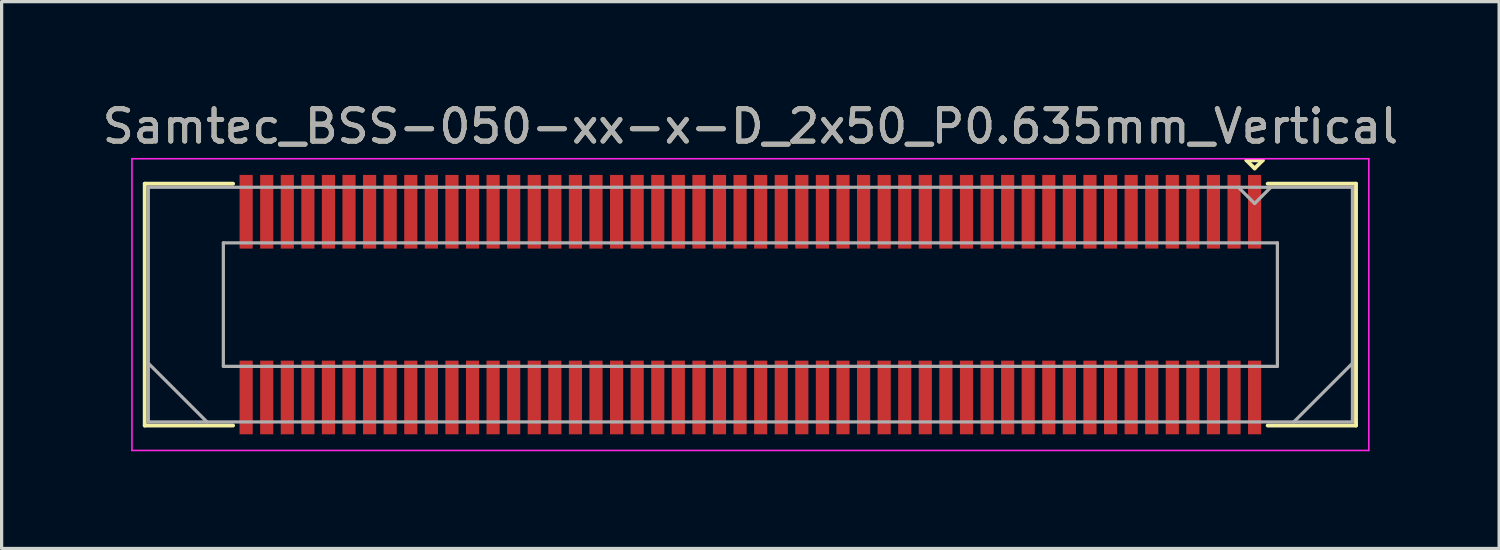
<source format=kicad_pcb>
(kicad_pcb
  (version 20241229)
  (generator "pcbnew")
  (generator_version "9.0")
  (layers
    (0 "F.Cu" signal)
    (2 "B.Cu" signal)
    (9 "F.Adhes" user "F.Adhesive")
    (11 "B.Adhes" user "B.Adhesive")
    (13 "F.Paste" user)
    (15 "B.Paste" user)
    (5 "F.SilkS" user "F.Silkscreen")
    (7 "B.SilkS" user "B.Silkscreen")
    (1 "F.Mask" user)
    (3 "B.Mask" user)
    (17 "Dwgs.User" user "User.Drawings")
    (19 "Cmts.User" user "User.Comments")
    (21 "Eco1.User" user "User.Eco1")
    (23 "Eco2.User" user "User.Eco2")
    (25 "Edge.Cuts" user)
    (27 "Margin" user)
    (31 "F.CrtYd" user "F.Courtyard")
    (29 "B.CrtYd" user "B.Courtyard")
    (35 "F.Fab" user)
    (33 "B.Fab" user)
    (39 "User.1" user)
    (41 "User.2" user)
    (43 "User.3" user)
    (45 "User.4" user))
  (footprint "Samtec_BSS-050-xx-x-D_2x50_P0.635mm_Vertical"
    (layer "F.Cu")
    (at 20.101 6.348)
    (property "Reference" "Samtec_BSS-050-xx-x-D_2x50_P0.635mm_Vertical" (at 0 -5.5 0) (layer "F.SilkS") (effects (font (size 1 1) (thickness 0.15))))
    (attr smd)
    (fp_line (start -18.685 -3.73) (end -15.96 -3.73) (stroke (width 0.12) (type solid)) (layer "F.SilkS"))
    (fp_line (start -18.685 3.73) (end -18.685 -3.73) (stroke (width 0.12) (type solid)) (layer "F.SilkS"))
    (fp_line (start -15.96 3.73) (end -18.685 3.73) (stroke (width 0.12) (type solid)) (layer "F.SilkS"))
    (fp_line (start 15.307 -4.452) (end 15.807 -4.452) (stroke (width 0.12) (type solid)) (layer "F.SilkS"))
    (fp_line (start 15.557 -4.202) (end 15.307 -4.452) (stroke (width 0.12) (type solid)) (layer "F.SilkS"))
    (fp_line (start 15.807 -4.452) (end 15.557 -4.202) (stroke (width 0.12) (type solid)) (layer "F.SilkS"))
    (fp_line (start 15.96 3.73) (end 18.685 3.73) (stroke (width 0.12) (type solid)) (layer "F.SilkS"))
    (fp_line (start 18.685 -3.73) (end 15.96 -3.73) (stroke (width 0.12) (type solid)) (layer "F.SilkS"))
    (fp_line (start 18.685 3.73) (end 18.685 -3.73) (stroke (width 0.12) (type solid)) (layer "F.SilkS"))
    (fp_line (start -19.08 -4.5) (end -19.08 4.5) (stroke (width 0.05) (type solid)) (layer "F.CrtYd"))
    (fp_line (start -19.08 4.5) (end 19.08 4.5) (stroke (width 0.05) (type solid)) (layer "F.CrtYd"))
    (fp_line (start 19.08 -4.5) (end -19.08 -4.5) (stroke (width 0.05) (type solid)) (layer "F.CrtYd"))
    (fp_line (start 19.08 4.5) (end 19.08 -4.5) (stroke (width 0.05) (type solid)) (layer "F.CrtYd"))
    (fp_line (start -18.575 -3.62) (end -18.575 3.62) (stroke (width 0.1) (type solid)) (layer "F.Fab"))
    (fp_line (start -18.575 1.81) (end -16.765 3.62) (stroke (width 0.1) (type solid)) (layer "F.Fab"))
    (fp_line (start -18.575 3.62) (end 18.575 3.62) (stroke (width 0.1) (type solid)) (layer "F.Fab"))
    (fp_line (start -16.26 -1.905) (end -16.26 1.905) (stroke (width 0.1) (type solid)) (layer "F.Fab"))
    (fp_line (start -16.26 1.905) (end 16.26 1.905) (stroke (width 0.1) (type solid)) (layer "F.Fab"))
    (fp_line (start 15.557 -3.12) (end 15.057 -3.62) (stroke (width 0.1) (type solid)) (layer "F.Fab"))
    (fp_line (start 16.058 -3.62) (end 15.557 -3.12) (stroke (width 0.1) (type solid)) (layer "F.Fab"))
    (fp_line (start 16.26 -1.905) (end -16.26 -1.905) (stroke (width 0.1) (type solid)) (layer "F.Fab"))
    (fp_line (start 16.26 1.905) (end 16.26 -1.905) (stroke (width 0.1) (type solid)) (layer "F.Fab"))
    (fp_line (start 18.575 -3.62) (end -18.575 -3.62) (stroke (width 0.1) (type solid)) (layer "F.Fab"))
    (fp_line (start 18.575 1.81) (end 16.765 3.62) (stroke (width 0.1) (type solid)) (layer "F.Fab"))
    (fp_line (start 18.575 3.62) (end 18.575 -3.62) (stroke (width 0.1) (type solid)) (layer "F.Fab"))
    (fp_text user "${REFERENCE}" (at 0 -5.5 0) (layer "F.Fab") (effects (font (size 1 1) (thickness 0.15))))
    (pad "1" smd rect (at 15.557 -2.865) (size 0.406 2.273) (layers "F.Cu" "F.Mask" "F.Paste"))
    (pad "2" smd rect (at 15.557 2.865) (size 0.406 2.273) (layers "F.Cu" "F.Mask" "F.Paste"))
    (pad "3" smd rect (at 14.922 -2.865) (size 0.406 2.273) (layers "F.Cu" "F.Mask" "F.Paste"))
    (pad "4" smd rect (at 14.922 2.865) (size 0.406 2.273) (layers "F.Cu" "F.Mask" "F.Paste"))
    (pad "5" smd rect (at 14.287 -2.865) (size 0.406 2.273) (layers "F.Cu" "F.Mask" "F.Paste"))
    (pad "6" smd rect (at 14.287 2.865) (size 0.406 2.273) (layers "F.Cu" "F.Mask" "F.Paste"))
    (pad "7" smd rect (at 13.652 -2.865) (size 0.406 2.273) (layers "F.Cu" "F.Mask" "F.Paste"))
    (pad "8" smd rect (at 13.652 2.865) (size 0.406 2.273) (layers "F.Cu" "F.Mask" "F.Paste"))
    (pad "9" smd rect (at 13.018 -2.865) (size 0.406 2.273) (layers "F.Cu" "F.Mask" "F.Paste"))
    (pad "10" smd rect (at 13.018 2.865) (size 0.406 2.273) (layers "F.Cu" "F.Mask" "F.Paste"))
    (pad "11" smd rect (at 12.383 -2.865) (size 0.406 2.273) (layers "F.Cu" "F.Mask" "F.Paste"))
    (pad "12" smd rect (at 12.383 2.865) (size 0.406 2.273) (layers "F.Cu" "F.Mask" "F.Paste"))
    (pad "13" smd rect (at 11.748 -2.865) (size 0.406 2.273) (layers "F.Cu" "F.Mask" "F.Paste"))
    (pad "14" smd rect (at 11.748 2.865) (size 0.406 2.273) (layers "F.Cu" "F.Mask" "F.Paste"))
    (pad "15" smd rect (at 11.113 -2.865) (size 0.406 2.273) (layers "F.Cu" "F.Mask" "F.Paste"))
    (pad "16" smd rect (at 11.113 2.865) (size 0.406 2.273) (layers "F.Cu" "F.Mask" "F.Paste"))
    (pad "17" smd rect (at 10.477 -2.865) (size 0.406 2.273) (layers "F.Cu" "F.Mask" "F.Paste"))
    (pad "18" smd rect (at 10.477 2.865) (size 0.406 2.273) (layers "F.Cu" "F.Mask" "F.Paste"))
    (pad "19" smd rect (at 9.842 -2.865) (size 0.406 2.273) (layers "F.Cu" "F.Mask" "F.Paste"))
    (pad "20" smd rect (at 9.842 2.865) (size 0.406 2.273) (layers "F.Cu" "F.Mask" "F.Paste"))
    (pad "21" smd rect (at 9.207 -2.865) (size 0.406 2.273) (layers "F.Cu" "F.Mask" "F.Paste"))
    (pad "22" smd rect (at 9.207 2.865) (size 0.406 2.273) (layers "F.Cu" "F.Mask" "F.Paste"))
    (pad "23" smd rect (at 8.572 -2.865) (size 0.406 2.273) (layers "F.Cu" "F.Mask" "F.Paste"))
    (pad "24" smd rect (at 8.572 2.865) (size 0.406 2.273) (layers "F.Cu" "F.Mask" "F.Paste"))
    (pad "25" smd rect (at 7.938 -2.865) (size 0.406 2.273) (layers "F.Cu" "F.Mask" "F.Paste"))
    (pad "26" smd rect (at 7.938 2.865) (size 0.406 2.273) (layers "F.Cu" "F.Mask" "F.Paste"))
    (pad "27" smd rect (at 7.303 -2.865) (size 0.406 2.273) (layers "F.Cu" "F.Mask" "F.Paste"))
    (pad "28" smd rect (at 7.303 2.865) (size 0.406 2.273) (layers "F.Cu" "F.Mask" "F.Paste"))
    (pad "29" smd rect (at 6.668 -2.865) (size 0.406 2.273) (layers "F.Cu" "F.Mask" "F.Paste"))
    (pad "30" smd rect (at 6.668 2.865) (size 0.406 2.273) (layers "F.Cu" "F.Mask" "F.Paste"))
    (pad "31" smd rect (at 6.032 -2.865) (size 0.406 2.273) (layers "F.Cu" "F.Mask" "F.Paste"))
    (pad "32" smd rect (at 6.032 2.865) (size 0.406 2.273) (layers "F.Cu" "F.Mask" "F.Paste"))
    (pad "33" smd rect (at 5.397 -2.865) (size 0.406 2.273) (layers "F.Cu" "F.Mask" "F.Paste"))
    (pad "34" smd rect (at 5.397 2.865) (size 0.406 2.273) (layers "F.Cu" "F.Mask" "F.Paste"))
    (pad "35" smd rect (at 4.763 -2.865) (size 0.406 2.273) (layers "F.Cu" "F.Mask" "F.Paste"))
    (pad "36" smd rect (at 4.763 2.865) (size 0.406 2.273) (layers "F.Cu" "F.Mask" "F.Paste"))
    (pad "37" smd rect (at 4.128 -2.865) (size 0.406 2.273) (layers "F.Cu" "F.Mask" "F.Paste"))
    (pad "38" smd rect (at 4.128 2.865) (size 0.406 2.273) (layers "F.Cu" "F.Mask" "F.Paste"))
    (pad "39" smd rect (at 3.493 -2.865) (size 0.406 2.273) (layers "F.Cu" "F.Mask" "F.Paste"))
    (pad "40" smd rect (at 3.493 2.865) (size 0.406 2.273) (layers "F.Cu" "F.Mask" "F.Paste"))
    (pad "41" smd rect (at 2.857 -2.865) (size 0.406 2.273) (layers "F.Cu" "F.Mask" "F.Paste"))
    (pad "42" smd rect (at 2.857 2.865) (size 0.406 2.273) (layers "F.Cu" "F.Mask" "F.Paste"))
    (pad "43" smd rect (at 2.223 -2.865) (size 0.406 2.273) (layers "F.Cu" "F.Mask" "F.Paste"))
    (pad "44" smd rect (at 2.223 2.865) (size 0.406 2.273) (layers "F.Cu" "F.Mask" "F.Paste"))
    (pad "45" smd rect (at 1.587 -2.865) (size 0.406 2.273) (layers "F.Cu" "F.Mask" "F.Paste"))
    (pad "46" smd rect (at 1.587 2.865) (size 0.406 2.273) (layers "F.Cu" "F.Mask" "F.Paste"))
    (pad "47" smd rect (at 0.953 -2.865) (size 0.406 2.273) (layers "F.Cu" "F.Mask" "F.Paste"))
    (pad "48" smd rect (at 0.953 2.865) (size 0.406 2.273) (layers "F.Cu" "F.Mask" "F.Paste"))
    (pad "49" smd rect (at 0.318 -2.865) (size 0.406 2.273) (layers "F.Cu" "F.Mask" "F.Paste"))
    (pad "50" smd rect (at 0.318 2.865) (size 0.406 2.273) (layers "F.Cu" "F.Mask" "F.Paste"))
    (pad "51" smd rect (at -0.318 -2.865) (size 0.406 2.273) (layers "F.Cu" "F.Mask" "F.Paste"))
    (pad "52" smd rect (at -0.318 2.865) (size 0.406 2.273) (layers "F.Cu" "F.Mask" "F.Paste"))
    (pad "53" smd rect (at -0.953 -2.865) (size 0.406 2.273) (layers "F.Cu" "F.Mask" "F.Paste"))
    (pad "54" smd rect (at -0.953 2.865) (size 0.406 2.273) (layers "F.Cu" "F.Mask" "F.Paste"))
    (pad "55" smd rect (at -1.587 -2.865) (size 0.406 2.273) (layers "F.Cu" "F.Mask" "F.Paste"))
    (pad "56" smd rect (at -1.587 2.865) (size 0.406 2.273) (layers "F.Cu" "F.Mask" "F.Paste"))
    (pad "57" smd rect (at -2.223 -2.865) (size 0.406 2.273) (layers "F.Cu" "F.Mask" "F.Paste"))
    (pad "58" smd rect (at -2.223 2.865) (size 0.406 2.273) (layers "F.Cu" "F.Mask" "F.Paste"))
    (pad "59" smd rect (at -2.857 -2.865) (size 0.406 2.273) (layers "F.Cu" "F.Mask" "F.Paste"))
    (pad "60" smd rect (at -2.857 2.865) (size 0.406 2.273) (layers "F.Cu" "F.Mask" "F.Paste"))
    (pad "61" smd rect (at -3.493 -2.865) (size 0.406 2.273) (layers "F.Cu" "F.Mask" "F.Paste"))
    (pad "62" smd rect (at -3.493 2.865) (size 0.406 2.273) (layers "F.Cu" "F.Mask" "F.Paste"))
    (pad "63" smd rect (at -4.128 -2.865) (size 0.406 2.273) (layers "F.Cu" "F.Mask" "F.Paste"))
    (pad "64" smd rect (at -4.128 2.865) (size 0.406 2.273) (layers "F.Cu" "F.Mask" "F.Paste"))
    (pad "65" smd rect (at -4.763 -2.865) (size 0.406 2.273) (layers "F.Cu" "F.Mask" "F.Paste"))
    (pad "66" smd rect (at -4.763 2.865) (size 0.406 2.273) (layers "F.Cu" "F.Mask" "F.Paste"))
    (pad "67" smd rect (at -5.397 -2.865) (size 0.406 2.273) (layers "F.Cu" "F.Mask" "F.Paste"))
    (pad "68" smd rect (at -5.397 2.865) (size 0.406 2.273) (layers "F.Cu" "F.Mask" "F.Paste"))
    (pad "69" smd rect (at -6.032 -2.865) (size 0.406 2.273) (layers "F.Cu" "F.Mask" "F.Paste"))
    (pad "70" smd rect (at -6.032 2.865) (size 0.406 2.273) (layers "F.Cu" "F.Mask" "F.Paste"))
    (pad "71" smd rect (at -6.668 -2.865) (size 0.406 2.273) (layers "F.Cu" "F.Mask" "F.Paste"))
    (pad "72" smd rect (at -6.668 2.865) (size 0.406 2.273) (layers "F.Cu" "F.Mask" "F.Paste"))
    (pad "73" smd rect (at -7.303 -2.865) (size 0.406 2.273) (layers "F.Cu" "F.Mask" "F.Paste"))
    (pad "74" smd rect (at -7.303 2.865) (size 0.406 2.273) (layers "F.Cu" "F.Mask" "F.Paste"))
    (pad "75" smd rect (at -7.938 -2.865) (size 0.406 2.273) (layers "F.Cu" "F.Mask" "F.Paste"))
    (pad "76" smd rect (at -7.938 2.865) (size 0.406 2.273) (layers "F.Cu" "F.Mask" "F.Paste"))
    (pad "77" smd rect (at -8.572 -2.865) (size 0.406 2.273) (layers "F.Cu" "F.Mask" "F.Paste"))
    (pad "78" smd rect (at -8.572 2.865) (size 0.406 2.273) (layers "F.Cu" "F.Mask" "F.Paste"))
    (pad "79" smd rect (at -9.207 -2.865) (size 0.406 2.273) (layers "F.Cu" "F.Mask" "F.Paste"))
    (pad "80" smd rect (at -9.207 2.865) (size 0.406 2.273) (layers "F.Cu" "F.Mask" "F.Paste"))
    (pad "81" smd rect (at -9.842 -2.865) (size 0.406 2.273) (layers "F.Cu" "F.Mask" "F.Paste"))
    (pad "82" smd rect (at -9.842 2.865) (size 0.406 2.273) (layers "F.Cu" "F.Mask" "F.Paste"))
    (pad "83" smd rect (at -10.477 -2.865) (size 0.406 2.273) (layers "F.Cu" "F.Mask" "F.Paste"))
    (pad "84" smd rect (at -10.477 2.865) (size 0.406 2.273) (layers "F.Cu" "F.Mask" "F.Paste"))
    (pad "85" smd rect (at -11.113 -2.865) (size 0.406 2.273) (layers "F.Cu" "F.Mask" "F.Paste"))
    (pad "86" smd rect (at -11.113 2.865) (size 0.406 2.273) (layers "F.Cu" "F.Mask" "F.Paste"))
    (pad "87" smd rect (at -11.748 -2.865) (size 0.406 2.273) (layers "F.Cu" "F.Mask" "F.Paste"))
    (pad "88" smd rect (at -11.748 2.865) (size 0.406 2.273) (layers "F.Cu" "F.Mask" "F.Paste"))
    (pad "89" smd rect (at -12.383 -2.865) (size 0.406 2.273) (layers "F.Cu" "F.Mask" "F.Paste"))
    (pad "90" smd rect (at -12.383 2.865) (size 0.406 2.273) (layers "F.Cu" "F.Mask" "F.Paste"))
    (pad "91" smd rect (at -13.018 -2.865) (size 0.406 2.273) (layers "F.Cu" "F.Mask" "F.Paste"))
    (pad "92" smd rect (at -13.018 2.865) (size 0.406 2.273) (layers "F.Cu" "F.Mask" "F.Paste"))
    (pad "93" smd rect (at -13.652 -2.865) (size 0.406 2.273) (layers "F.Cu" "F.Mask" "F.Paste"))
    (pad "94" smd rect (at -13.652 2.865) (size 0.406 2.273) (layers "F.Cu" "F.Mask" "F.Paste"))
    (pad "95" smd rect (at -14.287 -2.865) (size 0.406 2.273) (layers "F.Cu" "F.Mask" "F.Paste"))
    (pad "96" smd rect (at -14.287 2.865) (size 0.406 2.273) (layers "F.Cu" "F.Mask" "F.Paste"))
    (pad "97" smd rect (at -14.922 -2.865) (size 0.406 2.273) (layers "F.Cu" "F.Mask" "F.Paste"))
    (pad "98" smd rect (at -14.922 2.865) (size 0.406 2.273) (layers "F.Cu" "F.Mask" "F.Paste"))
    (pad "99" smd rect (at -15.557 -2.865) (size 0.406 2.273) (layers "F.Cu" "F.Mask" "F.Paste"))
    (pad "100" smd rect (at -15.557 2.865) (size 0.406 2.273) (layers "F.Cu" "F.Mask" "F.Paste")))
  (gr_rect
    (start -3 -3)
    (end 43.202 13.873)
    (stroke (width 0.1) (type default))
    (fill no)
    (layer "Edge.Cuts")))
</source>
